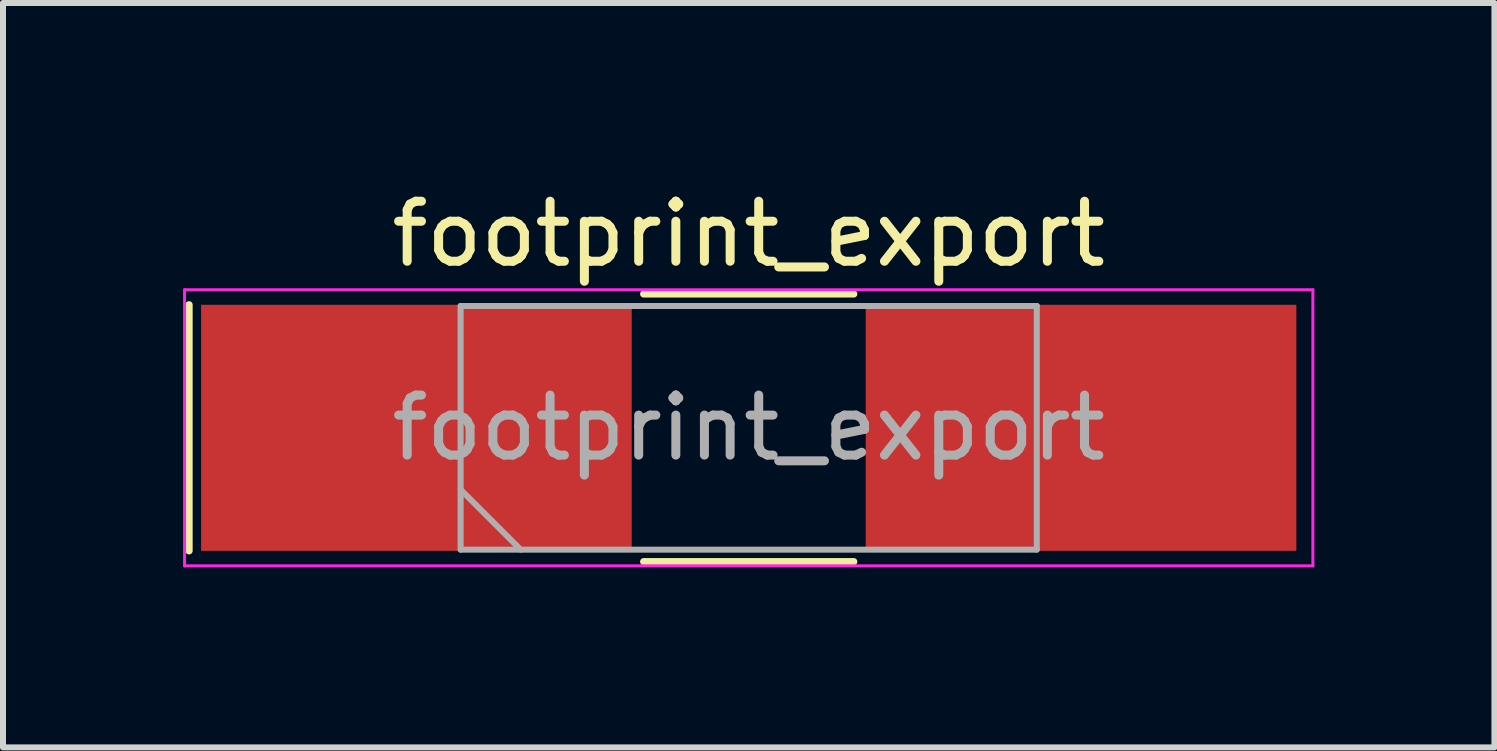
<source format=kicad_pcb>
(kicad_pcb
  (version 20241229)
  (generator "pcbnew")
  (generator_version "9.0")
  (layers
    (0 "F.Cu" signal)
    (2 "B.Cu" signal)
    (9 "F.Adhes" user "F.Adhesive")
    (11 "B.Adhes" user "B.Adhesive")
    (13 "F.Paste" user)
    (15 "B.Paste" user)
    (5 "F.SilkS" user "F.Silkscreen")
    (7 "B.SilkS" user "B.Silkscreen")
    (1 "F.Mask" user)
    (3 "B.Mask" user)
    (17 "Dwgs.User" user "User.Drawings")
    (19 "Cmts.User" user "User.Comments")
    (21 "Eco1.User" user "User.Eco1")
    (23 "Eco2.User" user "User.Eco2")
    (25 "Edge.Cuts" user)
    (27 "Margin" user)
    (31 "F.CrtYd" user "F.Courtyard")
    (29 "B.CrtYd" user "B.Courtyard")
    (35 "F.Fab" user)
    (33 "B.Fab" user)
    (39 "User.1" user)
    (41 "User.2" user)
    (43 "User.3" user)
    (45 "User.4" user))
  (footprint "footprint_export"
    (layer "F.Cu")
    (at 9.425 4.078)
    (property "Reference" "footprint_export" (at 0 -3.23 0) (layer "F.SilkS") (effects (font (size 1 1) (thickness 0.15))))
    (attr smd)
    (fp_line (start -9.325 -2.05) (end -9.325 2.05) (stroke (width 0.12) (type solid)) (layer "F.SilkS"))
    (fp_line (start -1.75 -2.23) (end 1.75 -2.23) (stroke (width 0.12) (type solid)) (layer "F.SilkS"))
    (fp_line (start -1.75 2.23) (end 1.75 2.23) (stroke (width 0.12) (type solid)) (layer "F.SilkS"))
    (fp_line (start -9.4 -2.3) (end -9.4 2.3) (stroke (width 0.05) (type solid)) (layer "F.CrtYd"))
    (fp_line (start -9.4 2.3) (end 9.4 2.3) (stroke (width 0.05) (type solid)) (layer "F.CrtYd"))
    (fp_line (start 9.4 -2.3) (end -9.4 -2.3) (stroke (width 0.05) (type solid)) (layer "F.CrtYd"))
    (fp_line (start 9.4 2.3) (end 9.4 -2.3) (stroke (width 0.05) (type solid)) (layer "F.CrtYd"))
    (fp_line (start -4.8 -2.03) (end -4.8 2.03) (stroke (width 0.1) (type solid)) (layer "F.Fab"))
    (fp_line (start -4.8 1.03) (end -3.8 2.03) (stroke (width 0.1) (type solid)) (layer "F.Fab"))
    (fp_line (start -4.8 2.03) (end 4.8 2.03) (stroke (width 0.1) (type solid)) (layer "F.Fab"))
    (fp_line (start 4.8 -2.03) (end -4.8 -2.03) (stroke (width 0.1) (type solid)) (layer "F.Fab"))
    (fp_line (start 4.8 2.03) (end 4.8 -2.03) (stroke (width 0.1) (type solid)) (layer "F.Fab"))
    (fp_text user "${REFERENCE}" (at 0 0 0) (layer "F.Fab") (effects (font (size 1 1) (thickness 0.15))))
    (pad "1" smd rect (at -5.537 0) (size 7.175 4.1) (layers "F.Cu" "F.Mask" "F.Paste"))
    (pad "2" smd rect (at 5.537 0) (size 7.175 4.1) (layers "F.Cu" "F.Mask" "F.Paste")))
  (gr_rect
    (start -3 -3)
    (end 21.85 9.403)
    (stroke (width 0.1) (type default))
    (fill no)
    (layer "Edge.Cuts")))
</source>
